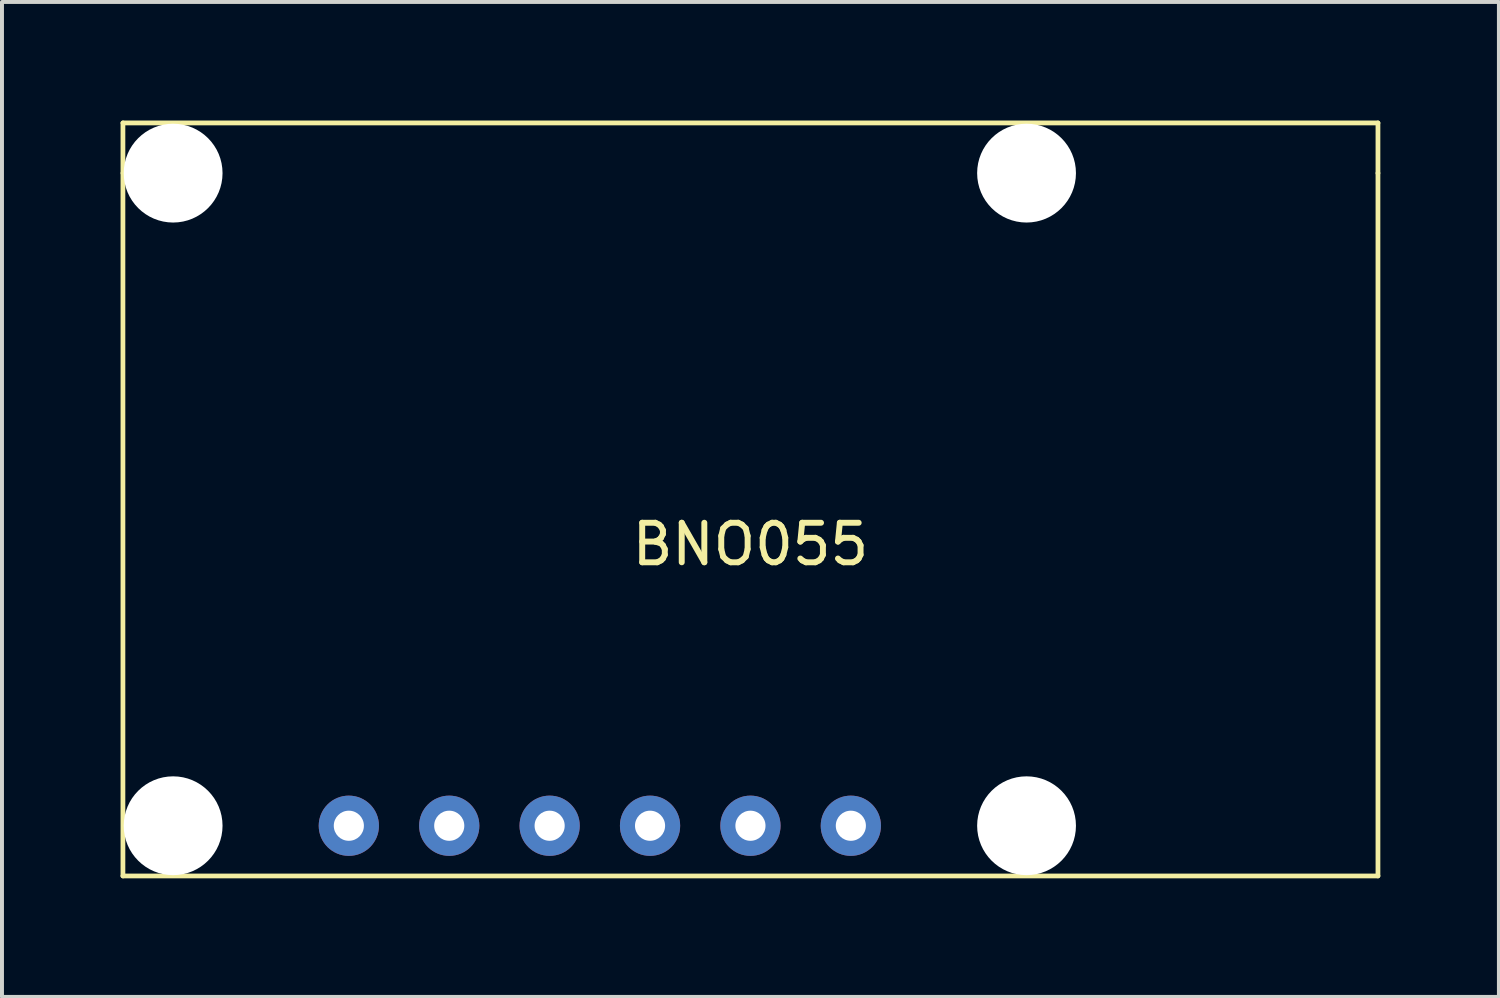
<source format=kicad_pcb>
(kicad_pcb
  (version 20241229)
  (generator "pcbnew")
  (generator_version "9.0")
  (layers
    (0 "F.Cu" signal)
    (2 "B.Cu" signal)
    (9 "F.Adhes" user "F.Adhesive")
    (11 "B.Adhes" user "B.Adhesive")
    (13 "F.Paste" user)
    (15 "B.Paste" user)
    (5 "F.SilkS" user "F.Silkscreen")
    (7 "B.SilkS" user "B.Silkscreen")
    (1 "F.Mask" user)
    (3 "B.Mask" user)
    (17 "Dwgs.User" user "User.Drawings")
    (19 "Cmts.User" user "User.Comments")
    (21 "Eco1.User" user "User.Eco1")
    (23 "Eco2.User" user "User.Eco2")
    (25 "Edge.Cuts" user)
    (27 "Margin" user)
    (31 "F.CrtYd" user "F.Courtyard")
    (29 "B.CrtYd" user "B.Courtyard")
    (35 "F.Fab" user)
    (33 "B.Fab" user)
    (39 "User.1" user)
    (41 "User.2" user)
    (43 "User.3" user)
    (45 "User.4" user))
  (footprint "BNO055"
    (layer "F.Cu")
    (at 15.935 10.22)
    (property "Reference" "BNO055" (at 0 0.5 0) (layer "F.SilkS") (effects (font (size 1 1) (thickness 0.15))))
    (attr through_hole)
    (fp_line (start -15.875 -10.16) (end 15.875 -10.16) (stroke (width 0.12) (type solid)) (layer "F.SilkS"))
    (fp_line (start -15.875 -8.89) (end -15.875 -10.16) (stroke (width 0.12) (type solid)) (layer "F.SilkS"))
    (fp_line (start -15.875 8.89) (end -15.875 -8.89) (stroke (width 0.12) (type solid)) (layer "F.SilkS"))
    (fp_line (start 15.875 -8.89) (end 15.875 -10.16) (stroke (width 0.12) (type solid)) (layer "F.SilkS"))
    (fp_line (start 15.875 -8.89) (end 15.875 8.89) (stroke (width 0.12) (type solid)) (layer "F.SilkS"))
    (fp_line (start 15.875 8.89) (end -15.875 8.89) (stroke (width 0.12) (type solid)) (layer "F.SilkS"))
    (pad "" np_thru_hole circle (at -14.605 -8.89) (size 2.5 2.5) (drill 2.5) (layers "*.Cu" "*.Mask"))
    (pad "" np_thru_hole circle (at -14.605 7.62) (size 2.5 2.5) (drill 2.5) (layers "*.Cu" "*.Mask"))
    (pad "" np_thru_hole circle (at 6.985 -8.89) (size 2.5 2.5) (drill 2.5) (layers "*.Cu" "*.Mask"))
    (pad "" np_thru_hole circle (at 6.985 7.62) (size 2.5 2.5) (drill 2.5) (layers "*.Cu" "*.Mask"))
    (pad "1" thru_hole circle (at -10.16 7.62) (size 1.524 1.524) (drill 0.762) (layers "*.Cu" "*.Mask"))
    (pad "2" thru_hole circle (at -7.62 7.62) (size 1.524 1.524) (drill 0.762) (layers "*.Cu" "*.Mask"))
    (pad "3" thru_hole circle (at -5.08 7.62) (size 1.524 1.524) (drill 0.762) (layers "*.Cu" "*.Mask"))
    (pad "4" thru_hole circle (at -2.54 7.62) (size 1.524 1.524) (drill 0.762) (layers "*.Cu" "*.Mask"))
    (pad "5" thru_hole circle (at 0 7.62) (size 1.524 1.524) (drill 0.762) (layers "*.Cu" "*.Mask"))
    (pad "6" thru_hole circle (at 2.54 7.62) (size 1.524 1.524) (drill 0.762) (layers "*.Cu" "*.Mask")))
  (gr_rect
    (start -3 -3)
    (end 34.87 22.17)
    (stroke (width 0.1) (type default))
    (fill no)
    (layer "Edge.Cuts")))
</source>
